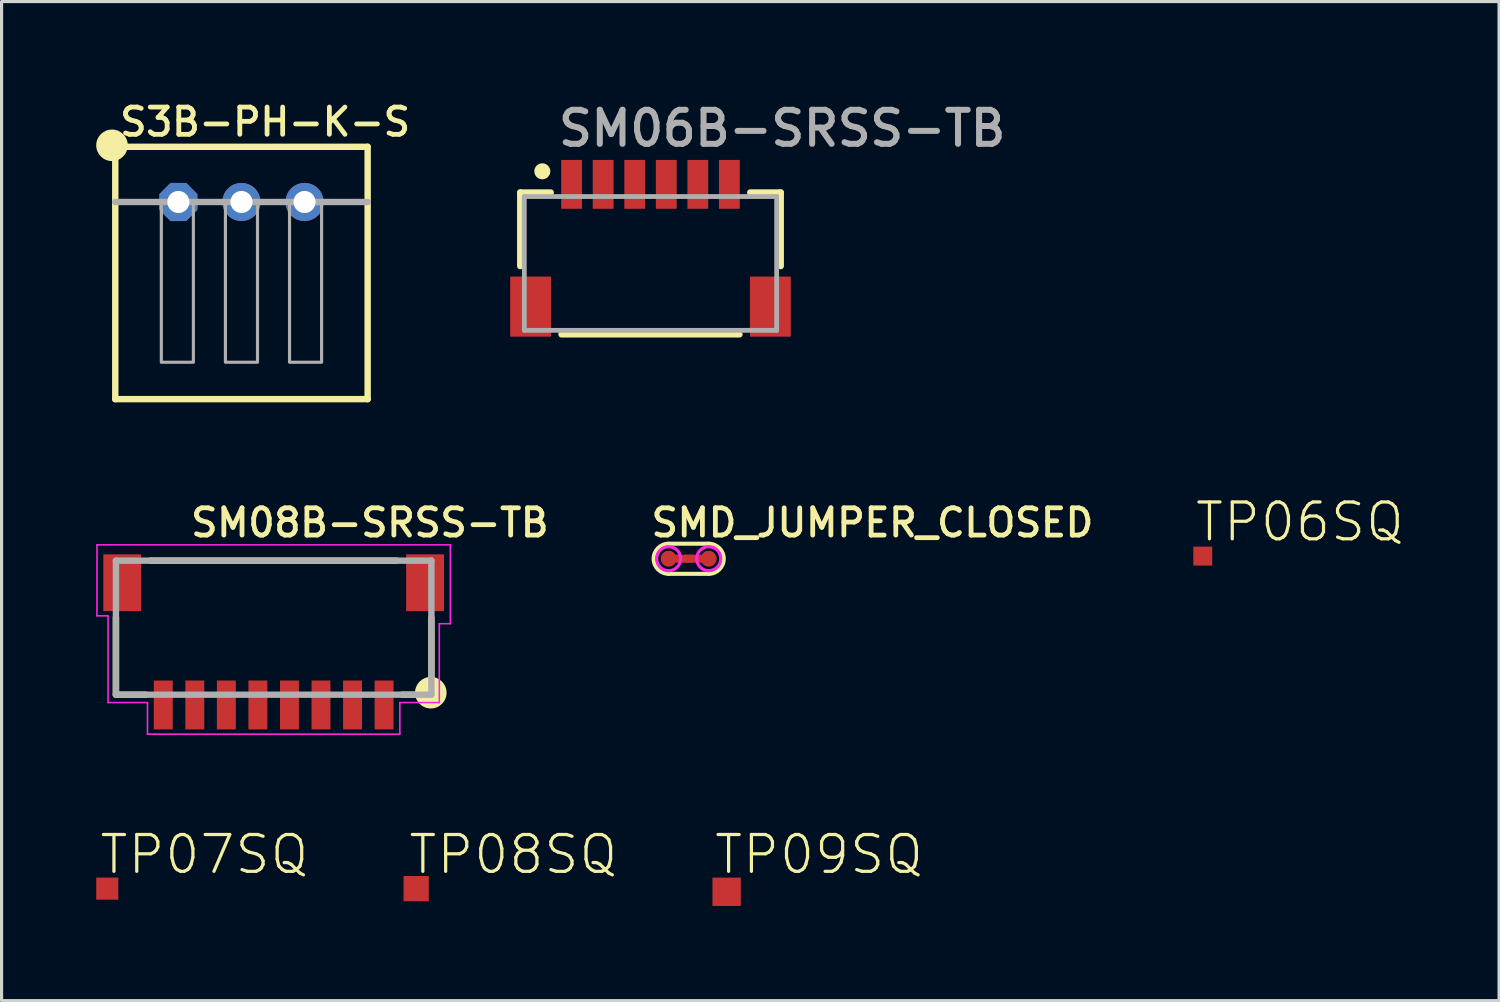
<source format=kicad_pcb>
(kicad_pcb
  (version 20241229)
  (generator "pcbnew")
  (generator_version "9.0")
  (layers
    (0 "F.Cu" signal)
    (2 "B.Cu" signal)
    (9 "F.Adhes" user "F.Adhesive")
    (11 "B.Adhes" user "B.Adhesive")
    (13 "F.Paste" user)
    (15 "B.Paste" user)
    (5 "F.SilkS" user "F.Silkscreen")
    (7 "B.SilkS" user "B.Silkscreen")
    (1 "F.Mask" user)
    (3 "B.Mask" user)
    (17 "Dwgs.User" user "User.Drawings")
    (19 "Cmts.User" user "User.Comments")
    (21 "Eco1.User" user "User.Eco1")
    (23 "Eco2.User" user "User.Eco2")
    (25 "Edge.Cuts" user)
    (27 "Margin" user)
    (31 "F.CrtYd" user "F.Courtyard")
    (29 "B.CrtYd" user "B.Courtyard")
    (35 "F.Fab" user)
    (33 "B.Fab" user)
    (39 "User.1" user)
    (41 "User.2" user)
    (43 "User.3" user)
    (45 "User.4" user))
  (footprint "S3B-PH-K-S"
    (layer "F.Cu")
    (at 4.604 3.353)
    (property "Reference" "S3B-PH-K-S" (at -3.937 -2.032 0) (unlocked yes) (layer "F.SilkS") (effects (font (size 0.864 0.864) (thickness 0.152)) (justify left bottom)))
    (fp_line (start -4 -1.75) (end 4 -1.75) (stroke (width 0.203) (type solid)) (layer "F.SilkS"))
    (fp_line (start -4 6.25) (end -4 -1.75) (stroke (width 0.203) (type solid)) (layer "F.SilkS"))
    (fp_line (start 4 -1.75) (end 4 6.25) (stroke (width 0.203) (type solid)) (layer "F.SilkS"))
    (fp_line (start 4 6.25) (end -4 6.25) (stroke (width 0.203) (type solid)) (layer "F.SilkS"))
    (fp_circle (center -4.104 -1.797) (end -3.854 -1.797) (stroke (width 0.5) (type solid)) (fill yes) (layer "F.SilkS"))
    (fp_line (start -4 0) (end 4 0) (stroke (width 0.203) (type solid)) (layer "F.Fab"))
    (fp_poly (pts (xy -2.54 5.08) (xy -1.524 5.08) (xy -1.524 0) (xy -2.54 0)) (stroke (width 0.1) (type default)) (fill no) (layer "F.Fab"))
    (fp_poly (pts (xy -0.508 5.08) (xy 0.508 5.08) (xy 0.508 0) (xy -0.508 0)) (stroke (width 0.1) (type default)) (fill no) (layer "F.Fab"))
    (fp_poly (pts (xy 1.524 5.08) (xy 2.54 5.08) (xy 2.54 0) (xy 1.524 0)) (stroke (width 0.1) (type default)) (fill no) (layer "F.Fab"))
    (pad "1" thru_hole roundrect (at -2 0) (size 1.208 1.208) (drill 0.7) (layers "*.Cu" "*.Mask") (roundrect_rratio 0.25) (chamfer_ratio 0.293) (chamfer top_left top_right bottom_left bottom_right))
    (pad "2" thru_hole circle (at 0 0) (size 1.208 1.208) (drill 0.7) (layers "*.Cu" "*.Mask"))
    (pad "3" thru_hole circle (at 2 0) (size 1.208 1.208) (drill 0.7) (layers "*.Cu" "*.Mask")))
  (footprint "TP07SQ"
    (layer "F.Cu")
    (at 0.35 25.119)
    (property "Reference" "TP07SQ" (at -0.3 -0.4 0) (unlocked yes) (layer "F.SilkS") (effects (font (size 1.168 1.168) (thickness 0.102)) (justify left bottom)))
    (pad "TP" smd rect (at 0 0) (size 0.7 0.7) (layers "F.Cu" "F.Mask")))
  (footprint "SM08B-SRSS-TB"
    (layer "F.Cu")
    (at 5.625 19.297)
    (property "Reference" "SM08B-SRSS-TB" (at -2.708 -5.272 0) (unlocked yes) (layer "F.SilkS") (effects (font (size 0.864 0.864) (thickness 0.152)) (justify left bottom)))
    (fp_line (start -5 -0.325) (end -5 -2.78) (stroke (width 0.203) (type solid)) (layer "F.SilkS"))
    (fp_line (start -5 -0.325) (end -4.055 -0.325) (stroke (width 0.203) (type solid)) (layer "F.SilkS"))
    (fp_line (start 3.9 -4.575) (end -3.9 -4.575) (stroke (width 0.203) (type solid)) (layer "F.SilkS"))
    (fp_line (start 5 -0.325) (end 4.077 -0.325) (stroke (width 0.203) (type solid)) (layer "F.SilkS"))
    (fp_line (start 5 -0.325) (end 5 -2.757) (stroke (width 0.203) (type solid)) (layer "F.SilkS"))
    (fp_circle (center 4.981 -0.389) (end 5.231 -0.389) (stroke (width 0.5) (type solid)) (fill yes) (layer "F.SilkS"))
    (fp_line (start -5.6 -5.076) (end 5.6 -5.076) (stroke (width 0.05) (type solid)) (layer "F.CrtYd"))
    (fp_line (start -5.6 -2.826) (end -5.6 -5.076) (stroke (width 0.05) (type solid)) (layer "F.CrtYd"))
    (fp_line (start -5.25 -2.826) (end -5.6 -2.826) (stroke (width 0.05) (type solid)) (layer "F.CrtYd"))
    (fp_line (start -5.25 -0.076) (end -5.25 -2.826) (stroke (width 0.05) (type solid)) (layer "F.CrtYd"))
    (fp_line (start -4 -0.076) (end -5.25 -0.076) (stroke (width 0.05) (type solid)) (layer "F.CrtYd"))
    (fp_line (start -4 0.924) (end -4 -0.076) (stroke (width 0.05) (type solid)) (layer "F.CrtYd"))
    (fp_line (start 4 -0.076) (end 4 0.924) (stroke (width 0.05) (type solid)) (layer "F.CrtYd"))
    (fp_line (start 4 0.924) (end -4 0.924) (stroke (width 0.05) (type solid)) (layer "F.CrtYd"))
    (fp_line (start 5.25 -2.576) (end 5.25 -0.076) (stroke (width 0.05) (type solid)) (layer "F.CrtYd"))
    (fp_line (start 5.25 -0.076) (end 4 -0.076) (stroke (width 0.05) (type solid)) (layer "F.CrtYd"))
    (fp_line (start 5.6 -5.076) (end 5.6 -2.576) (stroke (width 0.05) (type solid)) (layer "F.CrtYd"))
    (fp_line (start 5.6 -2.576) (end 5.25 -2.576) (stroke (width 0.05) (type solid)) (layer "F.CrtYd"))
    (fp_line (start -5 -4.575) (end -5 -0.325) (stroke (width 0.203) (type solid)) (layer "F.Fab"))
    (fp_line (start -5 -0.325) (end 5 -0.325) (stroke (width 0.2) (type solid)) (layer "F.Fab"))
    (fp_line (start 5 -4.575) (end -5 -4.575) (stroke (width 0.203) (type solid)) (layer "F.Fab"))
    (fp_line (start 5 -0.325) (end 5 -4.575) (stroke (width 0.203) (type solid)) (layer "F.Fab"))
    (pad "0" smd rect (at 4.8 -3.875) (size 1.2 1.8) (layers "F.Cu" "F.Mask" "F.Paste"))
    (pad "1" smd rect (at 3.5 0 180) (size 0.6 1.55) (layers "F.Cu" "F.Mask" "F.Paste"))
    (pad "2" smd rect (at 2.5 0 180) (size 0.6 1.55) (layers "F.Cu" "F.Mask" "F.Paste"))
    (pad "3" smd rect (at 1.5 0 180) (size 0.6 1.55) (layers "F.Cu" "F.Mask" "F.Paste"))
    (pad "4" smd rect (at 0.5 0 180) (size 0.6 1.55) (layers "F.Cu" "F.Mask" "F.Paste"))
    (pad "5" smd rect (at -0.5 0 180) (size 0.6 1.55) (layers "F.Cu" "F.Mask" "F.Paste"))
    (pad "6" smd rect (at -1.5 0 180) (size 0.6 1.55) (layers "F.Cu" "F.Mask" "F.Paste"))
    (pad "7" smd rect (at -2.5 0 180) (size 0.6 1.55) (layers "F.Cu" "F.Mask" "F.Paste"))
    (pad "8" smd rect (at -3.5 0 180) (size 0.6 1.55) (layers "F.Cu" "F.Mask" "F.Paste"))
    (pad "9" smd rect (at -4.8 -3.875) (size 1.2 1.8) (layers "F.Cu" "F.Mask" "F.Paste")))
  (footprint "TP09SQ"
    (layer "F.Cu")
    (at 19.984 25.219)
    (property "Reference" "TP09SQ" (at -0.45 -0.5 0) (unlocked yes) (layer "F.SilkS") (effects (font (size 1.168 1.168) (thickness 0.102)) (justify left bottom)))
    (pad "TP" smd rect (at 0 0) (size 0.9 0.9) (layers "F.Cu" "F.Mask")))
  (footprint "TP08SQ"
    (layer "F.Cu")
    (at 10.142 25.119)
    (property "Reference" "TP08SQ" (at -0.3 -0.4 0) (unlocked yes) (layer "F.SilkS") (effects (font (size 1.168 1.168) (thickness 0.102)) (justify left bottom)))
    (pad "TP" smd rect (at 0 0) (size 0.8 0.8) (layers "F.Cu" "F.Mask")))
  (footprint "TP06SQ"
    (layer "F.Cu")
    (at 35.077 14.578)
    (property "Reference" "TP06SQ" (at -0.3 -0.4 0) (unlocked yes) (layer "F.SilkS") (effects (font (size 1.168 1.168) (thickness 0.102)) (justify left bottom)))
    (pad "TP" smd rect (at 0 0) (size 0.6 0.6) (layers "F.Cu" "F.Mask")))
  (footprint "SMD_JUMPER_CLOSED"
    (layer "F.Cu")
    (at 18.781 14.66)
    (property "Reference" "SMD_JUMPER_CLOSED" (at -1.27 -0.635 0) (unlocked yes) (layer "F.SilkS") (effects (font (size 0.864 0.864) (thickness 0.152)) (justify left bottom)))
    (fp_poly (pts (xy 0.127 0.127) (xy -0.635 0.127) (xy -0.635 -0.127) (xy 0.127 -0.127)) (stroke (width 0) (type default)) (fill yes) (layer "F.Cu"))
    (fp_poly (pts (xy 0.635 0.127) (xy -0.127 0.127) (xy -0.127 -0.127) (xy 0.635 -0.127)) (stroke (width 0) (type default)) (fill yes) (layer "F.Cu"))
    (fp_line (start -0.635 -0.475) (end 0.635 -0.475) (stroke (width 0.127) (type solid)) (layer "F.SilkS"))
    (fp_line (start -0.635 0.48) (end 0.635 0.48) (stroke (width 0.127) (type solid)) (layer "F.SilkS"))
    (fp_arc (start -0.635 0.480371) (mid -1.112843 0.002528) (end -0.635 -0.475315) (stroke (width 0.127) (type solid)) (layer "F.SilkS"))
    (fp_arc (start 0.635 -0.475315) (mid 1.112843 0.002528) (end 0.635 0.480371) (stroke (width 0.127) (type solid)) (layer "F.SilkS"))
    (fp_poly (pts (xy -0.55 -0.371) (xy -0.47 -0.343) (xy -0.397 -0.298) (xy -0.337 -0.238) (xy -0.292 -0.165) (xy -0.264 -0.085) (xy -0.254 0) (xy -0.264 0.085) (xy -0.292 0.165) (xy -0.337 0.238) (xy -0.397 0.298) (xy -0.47 0.343) (xy -0.55 0.371) (xy -0.635 0.381) (xy -0.72 0.371) (xy -0.8 0.343) (xy -0.873 0.298) (xy -0.933 0.238) (xy -0.978 0.165) (xy -1.006 0.085) (xy -1.016 0) (xy -1.006 -0.085) (xy -0.978 -0.165) (xy -0.933 -0.238) (xy -0.873 -0.298) (xy -0.8 -0.343) (xy -0.72 -0.371) (xy -0.635 -0.381)) (stroke (width 0.1) (type default)) (fill no) (layer "F.CrtYd"))
    (fp_poly (pts (xy 0.72 -0.371) (xy 0.8 -0.343) (xy 0.873 -0.298) (xy 0.933 -0.238) (xy 0.978 -0.165) (xy 1.006 -0.085) (xy 1.016 0) (xy 1.006 0.085) (xy 0.978 0.165) (xy 0.933 0.238) (xy 0.873 0.298) (xy 0.8 0.343) (xy 0.72 0.371) (xy 0.635 0.381) (xy 0.55 0.371) (xy 0.47 0.343) (xy 0.397 0.298) (xy 0.337 0.238) (xy 0.292 0.165) (xy 0.264 0.085) (xy 0.254 0) (xy 0.264 -0.085) (xy 0.292 -0.165) (xy 0.337 -0.238) (xy 0.397 -0.298) (xy 0.47 -0.343) (xy 0.55 -0.371) (xy 0.635 -0.381)) (stroke (width 0.1) (type default)) (fill no) (layer "F.CrtYd"))
    (pad "P$1" smd roundrect (at -0.635 0) (size 0.508 0.508) (layers "F.Cu" "F.Mask" "F.Paste") (roundrect_rratio 0.5))
    (pad "P$2" smd roundrect (at 0.635 0) (size 0.508 0.508) (layers "F.Cu" "F.Mask" "F.Paste") (roundrect_rratio 0.5)))
  (footprint "SM06B-SRSS-TB"
    (layer "F.Cu")
    (at 17.57 5.301)
    (property "Reference" "SM06B-SRSS-TB" (at -3.017 -3.65 0) (unlocked yes) (layer "F.Fab") (effects (font (size 1.079 1.079) (thickness 0.191)) (justify left bottom)))
    (fp_line (start -4.128 -2.248) (end -4.128 0.083) (stroke (width 0.203) (type solid)) (layer "F.SilkS"))
    (fp_line (start -3.163 -2.248) (end -4.128 -2.248) (stroke (width 0.203) (type solid)) (layer "F.SilkS"))
    (fp_line (start -2.82 2.248) (end 2.82 2.248) (stroke (width 0.203) (type solid)) (layer "F.SilkS"))
    (fp_line (start 4.128 -2.248) (end 3.163 -2.248) (stroke (width 0.203) (type solid)) (layer "F.SilkS"))
    (fp_line (start 4.128 0.083) (end 4.128 -2.248) (stroke (width 0.203) (type solid)) (layer "F.SilkS"))
    (fp_circle (center -3.429 -2.921) (end -3.302 -2.921) (stroke (width 0.254) (type solid)) (fill yes) (layer "F.SilkS"))
    (fp_line (start -4 -2.121) (end -4 2.121) (stroke (width 0.152) (type solid)) (layer "F.Fab"))
    (fp_line (start -4 2.121) (end 4 2.121) (stroke (width 0.152) (type solid)) (layer "F.Fab"))
    (fp_line (start 4 -2.121) (end -4 -2.121) (stroke (width 0.152) (type solid)) (layer "F.Fab"))
    (fp_line (start 4 2.121) (end 4 -2.121) (stroke (width 0.152) (type solid)) (layer "F.Fab"))
    (pad "0" smd rect (at -3.8 1.368 90) (size 1.905 1.295) (layers "F.Cu" "F.Mask" "F.Paste"))
    (pad "1" smd rect (at -2.5 -2.507) (size 0.66 1.549) (layers "F.Cu" "F.Mask" "F.Paste"))
    (pad "2" smd rect (at -1.5 -2.507) (size 0.66 1.549) (layers "F.Cu" "F.Mask" "F.Paste"))
    (pad "3" smd rect (at -0.5 -2.507) (size 0.66 1.549) (layers "F.Cu" "F.Mask" "F.Paste"))
    (pad "4" smd rect (at 0.5 -2.507) (size 0.66 1.549) (layers "F.Cu" "F.Mask" "F.Paste"))
    (pad "5" smd rect (at 1.5 -2.507) (size 0.66 1.549) (layers "F.Cu" "F.Mask" "F.Paste"))
    (pad "6" smd rect (at 2.5 -2.507) (size 0.66 1.549) (layers "F.Cu" "F.Mask" "F.Paste"))
    (pad "7" smd rect (at 3.8 1.368 90) (size 1.905 1.295) (layers "F.Cu" "F.Mask" "F.Paste")))
  (gr_rect
    (start -3 -3)
    (end 44.469 28.669)
    (stroke (width 0.1) (type default))
    (fill no)
    (layer "Edge.Cuts")))
</source>
